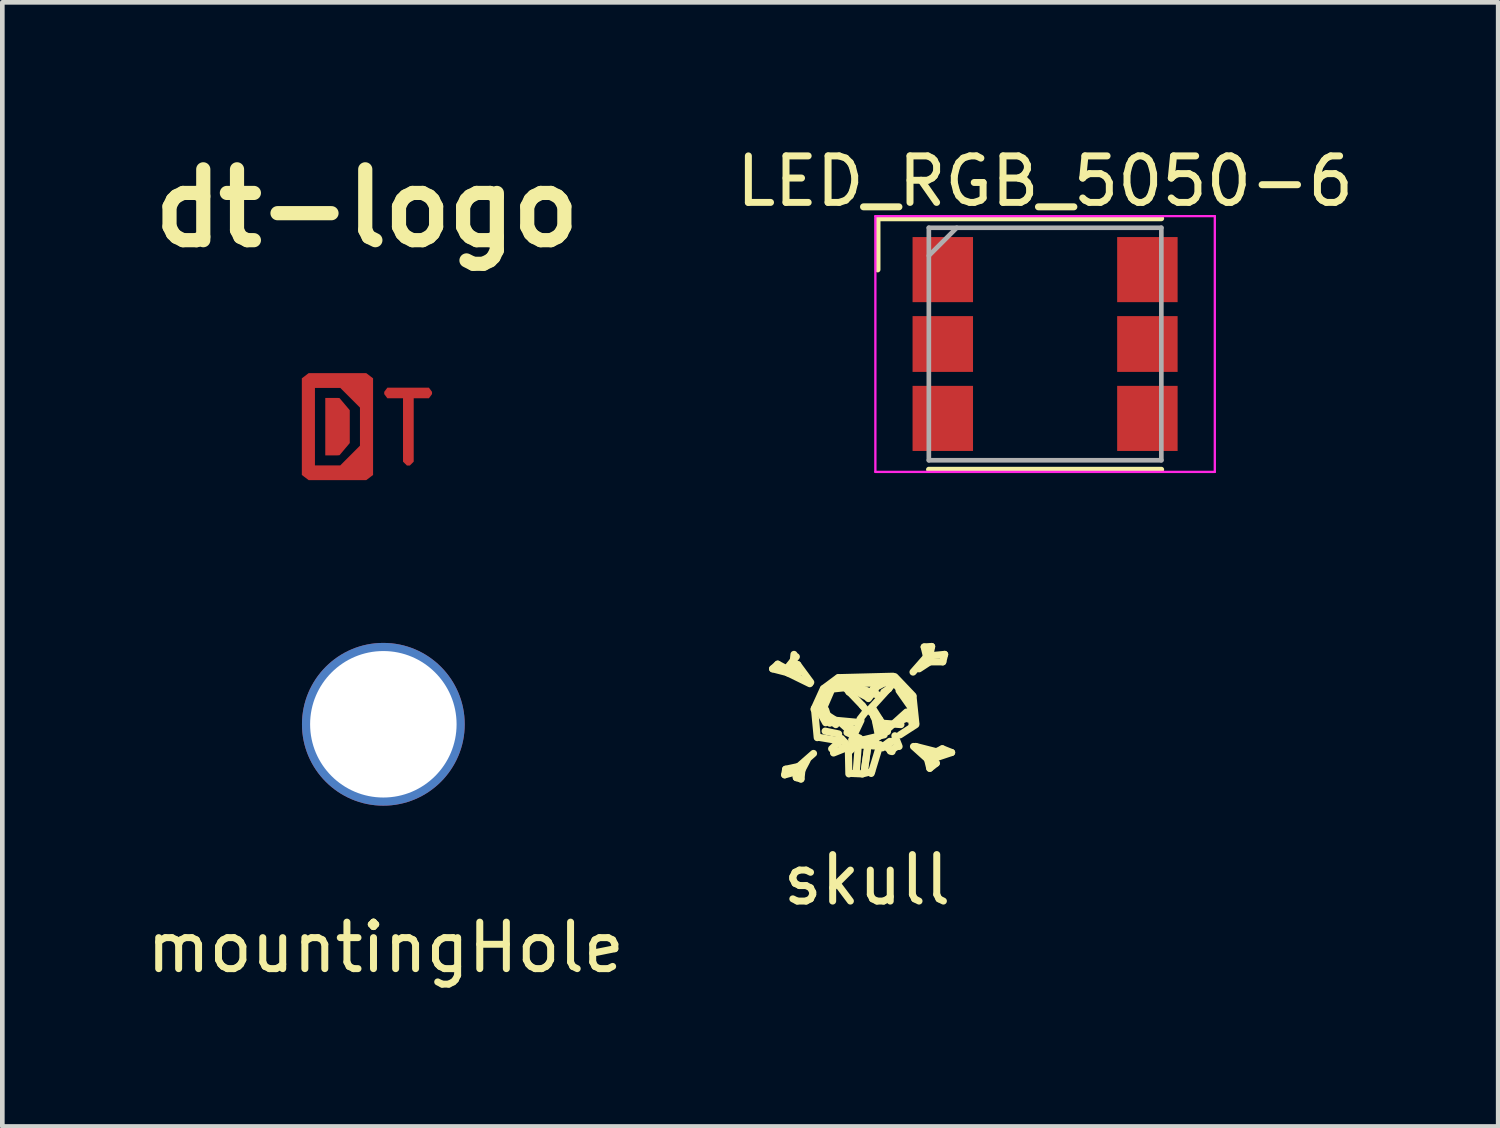
<source format=kicad_pcb>
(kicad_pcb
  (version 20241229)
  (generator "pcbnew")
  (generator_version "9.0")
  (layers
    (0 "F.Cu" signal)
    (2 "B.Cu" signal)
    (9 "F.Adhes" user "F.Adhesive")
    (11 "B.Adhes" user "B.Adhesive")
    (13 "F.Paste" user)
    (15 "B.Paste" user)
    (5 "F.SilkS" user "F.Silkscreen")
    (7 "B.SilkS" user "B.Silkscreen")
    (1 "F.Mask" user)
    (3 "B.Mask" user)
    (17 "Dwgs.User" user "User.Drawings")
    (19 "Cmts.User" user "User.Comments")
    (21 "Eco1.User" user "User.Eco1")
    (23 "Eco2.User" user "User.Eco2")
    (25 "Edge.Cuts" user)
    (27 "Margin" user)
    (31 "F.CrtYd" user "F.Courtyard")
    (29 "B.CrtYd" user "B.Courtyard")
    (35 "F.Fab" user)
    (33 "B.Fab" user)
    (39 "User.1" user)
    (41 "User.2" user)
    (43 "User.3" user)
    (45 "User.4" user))
  (footprint "dt-logo"
    (layer "F.Cu")
    (at 4.841 6.125)
    (property "Reference" "dt-logo" (at 0 -4.699 0) (layer "F.SilkS") (effects (font (size 1.524 1.524) (thickness 0.305))))
    (attr smd)
    (fp_poly (pts (xy -0.896 -0.618) (xy -0.896 0.618) (xy -0.634 0.618) (xy -0.589 0.614) (xy -0.369 0.353) (xy -0.369 -0.353) (xy -0.589 -0.614) (xy -0.634 -0.618) (xy -0.896 -0.618)) (stroke (width 0) (type solid)) (fill yes) (layer "F.Cu"))
    (fp_poly (pts (xy 0.439 -0.838) (xy 0.372 -0.748) (xy 0.372 -0.7) (xy 0.439 -0.61) (xy 0.776 -0.61) (xy 0.776 0.753) (xy 0.861 0.837) (xy 0.922 0.837) (xy 1.006 0.753) (xy 1.006 -0.61) (xy 1.333 -0.61) (xy 1.4 -0.7) (xy 1.4 -0.748) (xy 1.333 -0.838) (xy 0.439 -0.838)) (stroke (width 0) (type solid)) (fill yes) (layer "F.Cu"))
    (fp_poly (pts (xy -1.253 -1.151) (xy -1.118 -0.833) (xy -0.688 -0.833) (xy -0.579 -0.833) (xy -0.573 -0.833) (xy -0.15 -0.41) (xy -0.15 0.409) (xy -0.573 0.833) (xy -0.579 0.833) (xy -0.688 0.833) (xy -1.118 0.833) (xy -1.118 -0.833) (xy -1.253 -1.151) (xy -1.4 -1.039) (xy -1.4 1.039) (xy -1.253 1.151) (xy -0.015 1.151) (xy 0.132 1.039) (xy 0.132 -1.039) (xy -0.015 -1.151) (xy -1.253 -1.151)) (stroke (width 0) (type solid)) (fill yes) (layer "F.Cu"))
    (fp_poly (pts (xy -1.371 -1.651) (xy 1.371 -1.651) (xy 1.9 -1.122) (xy 1.9 1.122) (xy 1.371 1.651) (xy -1.371 1.651) (xy -1.9 1.122) (xy -1.9 -1.122) (xy -1.371 -1.651)) (stroke (width 0) (type solid)) (fill yes) (layer "F.Mask")))
  (footprint "skull"
    (layer "F.Cu")
    (at 15.595 12.673)
    (property "Reference" "skull" (at 0 3.2 0) (layer "F.SilkS") (effects (font (size 1 1) (thickness 0.15))))
    (attr through_hole)
    (fp_line (start -2.03 -1.34) (end -1.92 -1.44) (stroke (width 0.153) (type solid)) (layer "F.SilkS"))
    (fp_line (start -1.92 -1.44) (end -1.73 -1.34) (stroke (width 0.153) (type solid)) (layer "F.SilkS"))
    (fp_line (start -1.77 0.94) (end -1.54 0.88) (stroke (width 0.153) (type solid)) (layer "F.SilkS"))
    (fp_line (start -1.75 0.82) (end -1.77 0.94) (stroke (width 0.153) (type solid)) (layer "F.SilkS"))
    (fp_line (start -1.73 -1.34) (end -1.52 -1.6) (stroke (width 0.153) (type solid)) (layer "F.SilkS"))
    (fp_line (start -1.72 -1.26) (end -2.03 -1.34) (stroke (width 0.153) (type solid)) (layer "F.SilkS"))
    (fp_line (start -1.7 -1.25) (end -1.49 -1.43) (stroke (width 0.153) (type solid)) (layer "F.SilkS"))
    (fp_line (start -1.59 -1.46) (end -1.57 -1.65) (stroke (width 0.153) (type solid)) (layer "F.SilkS"))
    (fp_line (start -1.54 0.88) (end -1.52 1) (stroke (width 0.153) (type solid)) (layer "F.SilkS"))
    (fp_line (start -1.52 1) (end -1.42 1.03) (stroke (width 0.153) (type solid)) (layer "F.SilkS"))
    (fp_line (start -1.49 -1.43) (end -1.21 -1.05) (stroke (width 0.153) (type solid)) (layer "F.SilkS"))
    (fp_line (start -1.47 0.76) (end -1.75 0.82) (stroke (width 0.153) (type solid)) (layer "F.SilkS"))
    (fp_line (start -1.45 -1.26) (end -1.52 -1.27) (stroke (width 0.153) (type solid)) (layer "F.SilkS"))
    (fp_line (start -1.42 1.03) (end -1.4 0.84) (stroke (width 0.153) (type solid)) (layer "F.SilkS"))
    (fp_line (start -1.4 0.84) (end -1.29 0.63) (stroke (width 0.153) (type solid)) (layer "F.SilkS"))
    (fp_line (start -1.23 -1.02) (end -1.7 -1.25) (stroke (width 0.153) (type solid)) (layer "F.SilkS"))
    (fp_line (start -1.15 0.48) (end -1.47 0.76) (stroke (width 0.153) (type solid)) (layer "F.SilkS"))
    (fp_line (start -1.13 -0.49) (end -1.07 0.14) (stroke (width 0.153) (type solid)) (layer "F.SilkS"))
    (fp_line (start -1.06 -0.49) (end -0.89 -0.18) (stroke (width 0.153) (type solid)) (layer "F.SilkS"))
    (fp_line (start -1.06 -0.43) (end -0.79 -0.89) (stroke (width 0.153) (type solid)) (layer "F.SilkS"))
    (fp_line (start -1.06 0.13) (end -0.52 0.22) (stroke (width 0.153) (type solid)) (layer "F.SilkS"))
    (fp_line (start -0.94 -0.91) (end -1.14 -0.47) (stroke (width 0.153) (type solid)) (layer "F.SilkS"))
    (fp_line (start -0.94 -0.48) (end -0.78 -0.85) (stroke (width 0.153) (type solid)) (layer "F.SilkS"))
    (fp_line (start -0.93 -0.92) (end -0.62 -1.15) (stroke (width 0.153) (type solid)) (layer "F.SilkS"))
    (fp_line (start -0.91 -0.38) (end -0.66 -0.22) (stroke (width 0.153) (type solid)) (layer "F.SilkS"))
    (fp_line (start -0.9 0) (end -0.61 0.06) (stroke (width 0.153) (type solid)) (layer "F.SilkS"))
    (fp_line (start -0.89 -0.46) (end -0.8 -0.17) (stroke (width 0.153) (type solid)) (layer "F.SilkS"))
    (fp_line (start -0.79 -0.89) (end -0.51 -1.08) (stroke (width 0.153) (type solid)) (layer "F.SilkS"))
    (fp_line (start -0.72 0.47) (end -0.47 0.37) (stroke (width 0.153) (type solid)) (layer "F.SilkS"))
    (fp_line (start -0.67 -0.14) (end -1.06 -0.43) (stroke (width 0.153) (type solid)) (layer "F.SilkS"))
    (fp_line (start -0.61 0.24) (end -0.76 0.38) (stroke (width 0.153) (type solid)) (layer "F.SilkS"))
    (fp_line (start -0.56 -1.03) (end -0.1 -0.55) (stroke (width 0.153) (type solid)) (layer "F.SilkS"))
    (fp_line (start -0.51 -1.08) (end 0.55 -1.07) (stroke (width 0.153) (type solid)) (layer "F.SilkS"))
    (fp_line (start -0.48 -1.02) (end -0.39 -0.89) (stroke (width 0.153) (type solid)) (layer "F.SilkS"))
    (fp_line (start -0.43 0.03) (end -0.16 0.15) (stroke (width 0.153) (type solid)) (layer "F.SilkS"))
    (fp_line (start -0.41 -0.04) (end -0.6 -0.21) (stroke (width 0.153) (type solid)) (layer "F.SilkS"))
    (fp_line (start -0.41 0.31) (end -0.55 0.16) (stroke (width 0.153) (type solid)) (layer "F.SilkS"))
    (fp_line (start -0.4 0.44) (end -0.39 0.92) (stroke (width 0.153) (type solid)) (layer "F.SilkS"))
    (fp_line (start -0.36 0.37) (end -0.54 0.36) (stroke (width 0.153) (type solid)) (layer "F.SilkS"))
    (fp_line (start -0.36 0.42) (end -0.25 0.31) (stroke (width 0.153) (type solid)) (layer "F.SilkS"))
    (fp_line (start -0.33 0.91) (end -0.1 0.92) (stroke (width 0.153) (type solid)) (layer "F.SilkS"))
    (fp_line (start -0.32 -0.95) (end -0.79 -0.9) (stroke (width 0.153) (type solid)) (layer "F.SilkS"))
    (fp_line (start -0.31 -0.95) (end -0.39 -0.84) (stroke (width 0.153) (type solid)) (layer "F.SilkS"))
    (fp_line (start -0.28 -0.04) (end -0.46 -0.12) (stroke (width 0.153) (type solid)) (layer "F.SilkS"))
    (fp_line (start -0.24 -0.96) (end 0.23 -0.78) (stroke (width 0.153) (type solid)) (layer "F.SilkS"))
    (fp_line (start -0.23 0.27) (end -0.31 0.28) (stroke (width 0.153) (type solid)) (layer "F.SilkS"))
    (fp_line (start -0.22 -0.85) (end 0.02 -0.72) (stroke (width 0.153) (type solid)) (layer "F.SilkS"))
    (fp_line (start -0.22 0.22) (end 0.37 0.08) (stroke (width 0.153) (type solid)) (layer "F.SilkS"))
    (fp_line (start -0.21 -0.19) (end -0.86 -0.25) (stroke (width 0.153) (type solid)) (layer "F.SilkS"))
    (fp_line (start -0.19 0.35) (end -0.23 0.86) (stroke (width 0.153) (type solid)) (layer "F.SilkS"))
    (fp_line (start -0.13 -0.23) (end -0.33 0.19) (stroke (width 0.153) (type solid)) (layer "F.SilkS"))
    (fp_line (start -0.13 0.3) (end 0.16 0.32) (stroke (width 0.153) (type solid)) (layer "F.SilkS"))
    (fp_line (start -0.1 -0.55) (end -0.01 -0.44) (stroke (width 0.153) (type solid)) (layer "F.SilkS"))
    (fp_line (start -0.1 0.92) (end 0.1 0.87) (stroke (width 0.153) (type solid)) (layer "F.SilkS"))
    (fp_line (start -0.06 0.87) (end 0.02 0.31) (stroke (width 0.153) (type solid)) (layer "F.SilkS"))
    (fp_line (start -0.01 -0.44) (end -0.15 -0.26) (stroke (width 0.153) (type solid)) (layer "F.SilkS"))
    (fp_line (start 0.02 0.31) (end -0.06 0.87) (stroke (width 0.153) (type solid)) (layer "F.SilkS"))
    (fp_line (start 0.03 -0.7) (end 0.18 -0.9) (stroke (width 0.153) (type solid)) (layer "F.SilkS"))
    (fp_line (start 0.07 -0.48) (end 0.56 -1.02) (stroke (width 0.153) (type solid)) (layer "F.SilkS"))
    (fp_line (start 0.09 0.91) (end 0.28 0.29) (stroke (width 0.153) (type solid)) (layer "F.SilkS"))
    (fp_line (start 0.17 -0.28) (end 0.25 0.12) (stroke (width 0.153) (type solid)) (layer "F.SilkS"))
    (fp_line (start 0.19 0.2) (end -0.21 0.19) (stroke (width 0.153) (type solid)) (layer "F.SilkS"))
    (fp_line (start 0.23 -0.78) (end -0.31 -0.95) (stroke (width 0.153) (type solid)) (layer "F.SilkS"))
    (fp_line (start 0.27 -0.25) (end 0.09 -0.4) (stroke (width 0.153) (type solid)) (layer "F.SilkS"))
    (fp_line (start 0.33 0.36) (end 0.61 0.18) (stroke (width 0.153) (type solid)) (layer "F.SilkS"))
    (fp_line (start 0.35 0) (end 0.14 -0.32) (stroke (width 0.153) (type solid)) (layer "F.SilkS"))
    (fp_line (start 0.36 -0.84) (end 0.47 -0.91) (stroke (width 0.153) (type solid)) (layer "F.SilkS"))
    (fp_line (start 0.38 0.31) (end 0.54 0.44) (stroke (width 0.153) (type solid)) (layer "F.SilkS"))
    (fp_line (start 0.44 0.01) (end 0.11 -0.51) (stroke (width 0.153) (type solid)) (layer "F.SilkS"))
    (fp_line (start 0.45 -1.08) (end 0.13 -0.91) (stroke (width 0.153) (type solid)) (layer "F.SilkS"))
    (fp_line (start 0.45 -0.05) (end 0.85 -0.41) (stroke (width 0.153) (type solid)) (layer "F.SilkS"))
    (fp_line (start 0.47 -1.04) (end -0.48 -1.02) (stroke (width 0.153) (type solid)) (layer "F.SilkS"))
    (fp_line (start 0.49 0.22) (end 0.37 0.31) (stroke (width 0.153) (type solid)) (layer "F.SilkS"))
    (fp_line (start 0.5 0.43) (end 0.67 0.31) (stroke (width 0.153) (type solid)) (layer "F.SilkS"))
    (fp_line (start 0.55 -1.07) (end 0.93 -0.65) (stroke (width 0.153) (type solid)) (layer "F.SilkS"))
    (fp_line (start 0.56 -1.18) (end -0.61 -1.15) (stroke (width 0.153) (type solid)) (layer "F.SilkS"))
    (fp_line (start 0.69 -0.87) (end 0.93 -0.53) (stroke (width 0.153) (type solid)) (layer "F.SilkS"))
    (fp_line (start 0.69 0.33) (end 0.6 0.1) (stroke (width 0.153) (type solid)) (layer "F.SilkS"))
    (fp_line (start 0.73 -0.14) (end 0.2 -0.18) (stroke (width 0.153) (type solid)) (layer "F.SilkS"))
    (fp_line (start 0.76 -0.24) (end 0.88 -0.29) (stroke (width 0.153) (type solid)) (layer "F.SilkS"))
    (fp_line (start 0.91 -0.36) (end 0.89 -0.26) (stroke (width 0.153) (type solid)) (layer "F.SilkS"))
    (fp_line (start 0.93 -0.65) (end 0.97 -0.14) (stroke (width 0.153) (type solid)) (layer "F.SilkS"))
    (fp_line (start 0.99 -1.27) (end 1.28 -1.6) (stroke (width 0.153) (type solid)) (layer "F.SilkS"))
    (fp_line (start 0.99 -0.76) (end 0.6 -1.17) (stroke (width 0.153) (type solid)) (layer "F.SilkS"))
    (fp_line (start 1 0.33) (end 1.3 0.6) (stroke (width 0.153) (type solid)) (layer "F.SilkS"))
    (fp_line (start 1.05 -0.17) (end 0.99 -0.74) (stroke (width 0.153) (type solid)) (layer "F.SilkS"))
    (fp_line (start 1.05 -0.14) (end 0.71 0.08) (stroke (width 0.153) (type solid)) (layer "F.SilkS"))
    (fp_line (start 1.05 0.33) (end 1.48 0.44) (stroke (width 0.153) (type solid)) (layer "F.SilkS"))
    (fp_line (start 1.23 -1.81) (end 1.39 -1.82) (stroke (width 0.153) (type solid)) (layer "F.SilkS"))
    (fp_line (start 1.28 -1.6) (end 1.23 -1.81) (stroke (width 0.153) (type solid)) (layer "F.SilkS"))
    (fp_line (start 1.3 0.6) (end 1.35 0.8) (stroke (width 0.153) (type solid)) (layer "F.SilkS"))
    (fp_line (start 1.35 -1.62) (end 1.67 -1.65) (stroke (width 0.153) (type solid)) (layer "F.SilkS"))
    (fp_line (start 1.35 -1.49) (end 1.12 -1.34) (stroke (width 0.153) (type solid)) (layer "F.SilkS"))
    (fp_line (start 1.35 0.8) (end 1.49 0.69) (stroke (width 0.153) (type solid)) (layer "F.SilkS"))
    (fp_line (start 1.39 -1.82) (end 1.35 -1.62) (stroke (width 0.153) (type solid)) (layer "F.SilkS"))
    (fp_line (start 1.4 0.49) (end 1.04 0.33) (stroke (width 0.153) (type solid)) (layer "F.SilkS"))
    (fp_line (start 1.4 0.6) (end 1.82 0.46) (stroke (width 0.153) (type solid)) (layer "F.SilkS"))
    (fp_line (start 1.49 0.69) (end 1.4 0.6) (stroke (width 0.153) (type solid)) (layer "F.SilkS"))
    (fp_line (start 1.62 0.38) (end 1.4 0.49) (stroke (width 0.153) (type solid)) (layer "F.SilkS"))
    (fp_line (start 1.63 -1.49) (end 1.35 -1.49) (stroke (width 0.153) (type solid)) (layer "F.SilkS"))
    (fp_line (start 1.67 -1.65) (end 1.63 -1.49) (stroke (width 0.153) (type solid)) (layer "F.SilkS"))
    (fp_line (start 1.82 0.46) (end 1.62 0.38) (stroke (width 0.153) (type solid)) (layer "F.SilkS")))
  (footprint "LED_RGB_5050-6"
    (layer "F.Cu")
    (at 19.425 4.348)
    (property "Reference" "LED_RGB_5050-6" (at 0 -3.5 180) (layer "F.SilkS") (effects (font (size 1 1) (thickness 0.15))))
    (attr smd)
    (fp_line (start -3.6 -2.7) (end 2.5 -2.7) (stroke (width 0.12) (type solid)) (layer "F.SilkS"))
    (fp_line (start -3.6 -1.6) (end -3.6 -2.7) (stroke (width 0.12) (type solid)) (layer "F.SilkS"))
    (fp_line (start 2.5 2.7) (end -2.5 2.7) (stroke (width 0.12) (type solid)) (layer "F.SilkS"))
    (fp_line (start -3.65 -2.75) (end -3.65 2.75) (stroke (width 0.05) (type solid)) (layer "F.CrtYd"))
    (fp_line (start -3.65 2.75) (end 3.65 2.75) (stroke (width 0.05) (type solid)) (layer "F.CrtYd"))
    (fp_line (start 3.65 -2.75) (end -3.65 -2.75) (stroke (width 0.05) (type solid)) (layer "F.CrtYd"))
    (fp_line (start 3.65 2.75) (end 3.65 -2.75) (stroke (width 0.05) (type solid)) (layer "F.CrtYd"))
    (fp_line (start -2.5 -2.5) (end -2.5 2.5) (stroke (width 0.1) (type solid)) (layer "F.Fab"))
    (fp_line (start -2.5 -1.9) (end -1.9 -2.5) (stroke (width 0.1) (type solid)) (layer "F.Fab"))
    (fp_line (start -2.5 2.5) (end 2.5 2.5) (stroke (width 0.1) (type solid)) (layer "F.Fab"))
    (fp_line (start 2.5 -2.5) (end -2.5 -2.5) (stroke (width 0.1) (type solid)) (layer "F.Fab"))
    (fp_line (start 2.5 2.5) (end 2.5 -2.5) (stroke (width 0.1) (type solid)) (layer "F.Fab"))
    (pad "1" smd rect (at -2.2 -1.6) (size 1.3 1.4) (layers "F.Cu" "F.Mask" "F.Paste"))
    (pad "2" smd rect (at -2.2 0) (size 1.3 1.2) (layers "F.Cu" "F.Mask" "F.Paste"))
    (pad "3" smd rect (at -2.2 1.6) (size 1.3 1.4) (layers "F.Cu" "F.Mask" "F.Paste"))
    (pad "4" smd rect (at 2.2 1.6) (size 1.3 1.4) (layers "F.Cu" "F.Mask" "F.Paste"))
    (pad "5" smd rect (at 2.2 0) (size 1.3 1.2) (layers "F.Cu" "F.Mask" "F.Paste"))
    (pad "6" smd rect (at 2.2 -1.6) (size 1.3 1.4) (layers "F.Cu" "F.Mask" "F.Paste")))
  (footprint "mountingHole"
    (layer "F.Cu")
    (at 5.194 12.526)
    (property "Reference" "mountingHole" (at 0.05 4.8 0) (layer "F.SilkS") (effects (font (size 1 1) (thickness 0.15))))
    (attr through_hole)
    (pad "1" thru_hole circle (at 0 0) (size 3.5 3.5) (drill 3.15) (layers "*.Cu" "*.Mask")))
  (gr_rect
    (start -3 -3)
    (end 29.169 21.175)
    (stroke (width 0.1) (type default))
    (fill no)
    (layer "Edge.Cuts")))
</source>
